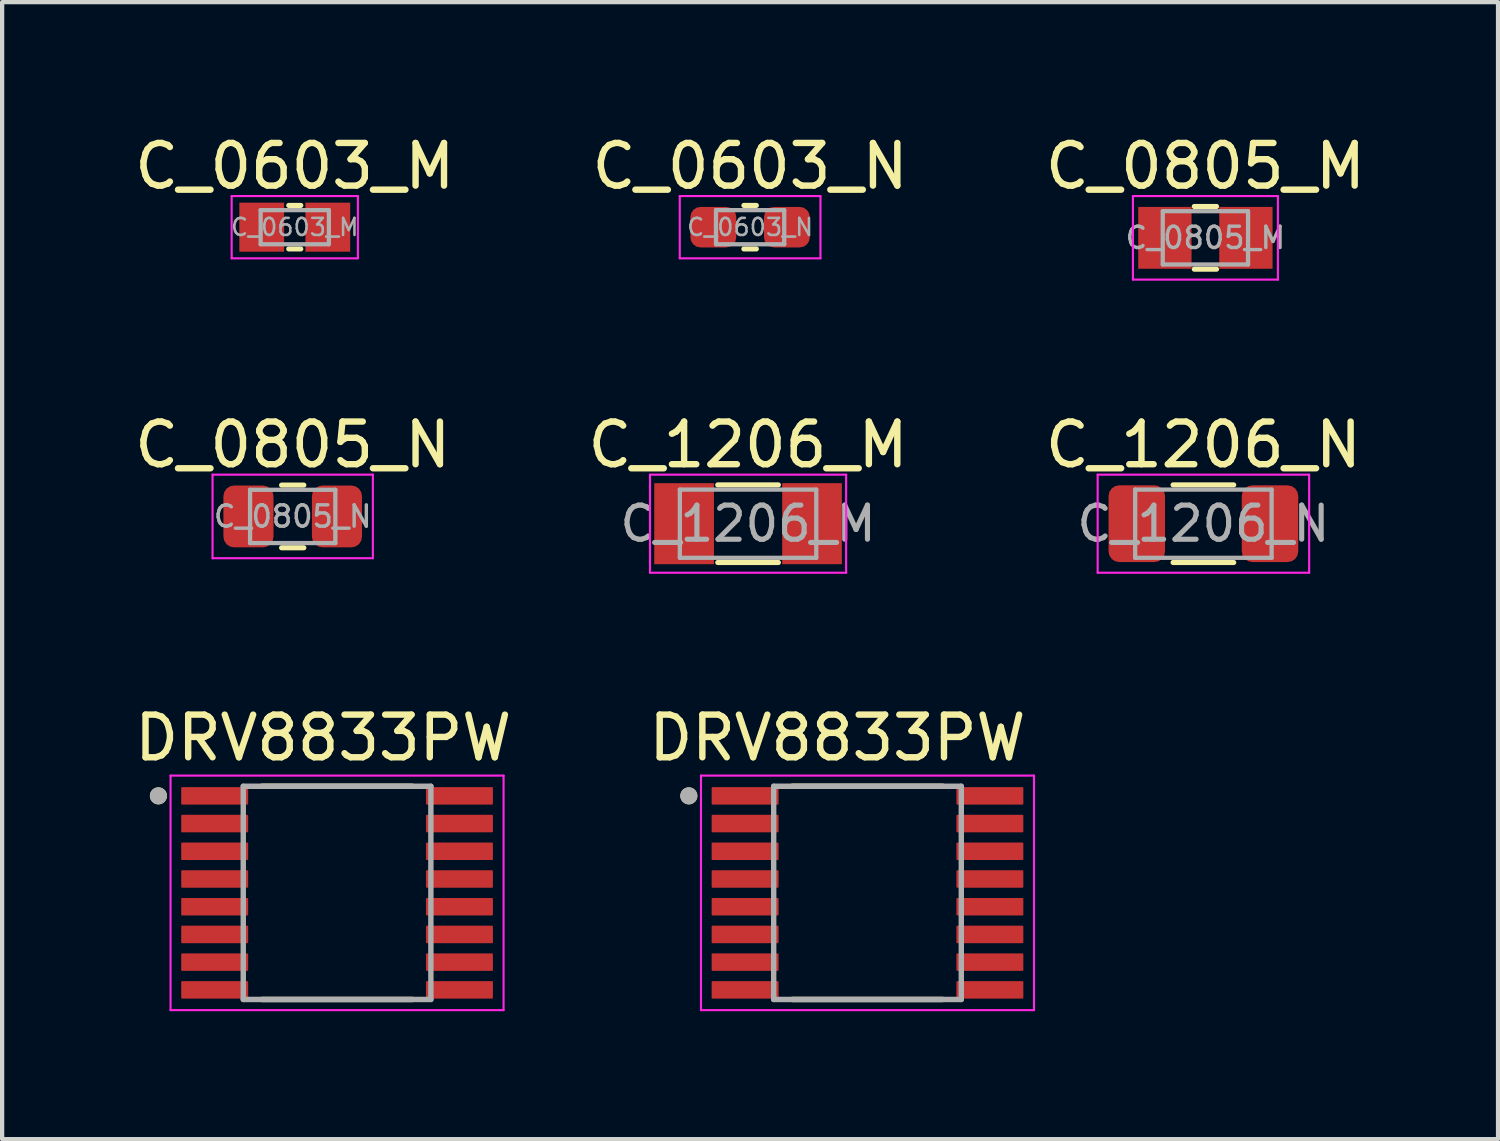
<source format=kicad_pcb>
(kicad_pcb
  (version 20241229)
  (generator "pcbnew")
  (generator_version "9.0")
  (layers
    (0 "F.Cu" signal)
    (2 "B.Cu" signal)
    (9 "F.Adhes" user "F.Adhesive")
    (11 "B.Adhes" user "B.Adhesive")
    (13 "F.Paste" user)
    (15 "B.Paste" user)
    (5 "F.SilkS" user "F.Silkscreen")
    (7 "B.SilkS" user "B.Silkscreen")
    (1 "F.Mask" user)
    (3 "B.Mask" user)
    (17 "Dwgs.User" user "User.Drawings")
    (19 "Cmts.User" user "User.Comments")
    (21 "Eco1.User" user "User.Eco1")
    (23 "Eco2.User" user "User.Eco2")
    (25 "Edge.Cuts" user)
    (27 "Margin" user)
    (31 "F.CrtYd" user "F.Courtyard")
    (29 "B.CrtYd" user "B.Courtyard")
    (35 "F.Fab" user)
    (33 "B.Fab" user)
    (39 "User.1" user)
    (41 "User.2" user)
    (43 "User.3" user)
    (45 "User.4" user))
  (footprint "C_0603_M"
    (layer "F.Cu")
    (at 3.863 2.278)
    (property "Reference" "C_0603_M" (at 0 -1.43 0) (layer "F.SilkS") (effects (font (size 1 1) (thickness 0.15))))
    (attr smd)
    (fp_line (start -0.141 -0.51) (end 0.141 -0.51) (stroke (width 0.12) (type solid)) (layer "F.SilkS"))
    (fp_line (start -0.141 0.51) (end 0.141 0.51) (stroke (width 0.12) (type solid)) (layer "F.SilkS"))
    (fp_line (start -1.48 -0.73) (end 1.48 -0.73) (stroke (width 0.05) (type solid)) (layer "F.CrtYd"))
    (fp_line (start -1.48 0.73) (end -1.48 -0.73) (stroke (width 0.05) (type solid)) (layer "F.CrtYd"))
    (fp_line (start 1.48 -0.73) (end 1.48 0.73) (stroke (width 0.05) (type solid)) (layer "F.CrtYd"))
    (fp_line (start 1.48 0.73) (end -1.48 0.73) (stroke (width 0.05) (type solid)) (layer "F.CrtYd"))
    (fp_line (start -0.8 -0.4) (end 0.8 -0.4) (stroke (width 0.1) (type solid)) (layer "F.Fab"))
    (fp_line (start -0.8 0.4) (end -0.8 -0.4) (stroke (width 0.1) (type solid)) (layer "F.Fab"))
    (fp_line (start 0.8 -0.4) (end 0.8 0.4) (stroke (width 0.1) (type solid)) (layer "F.Fab"))
    (fp_line (start 0.8 0.4) (end -0.8 0.4) (stroke (width 0.1) (type solid)) (layer "F.Fab"))
    (fp_text user "${REFERENCE}" (at 0 0 0) (layer "F.Fab") (effects (font (size 0.4 0.4) (thickness 0.06))))
    (pad "1" smd rect (at -0.775 0) (size 1.05 1.15) (layers "F.Cu" "F.Mask" "F.Paste"))
    (pad "2" smd rect (at 0.775 0) (size 1.05 1.15) (layers "F.Cu" "F.Mask" "F.Paste")))
  (footprint "C_0805_M"
    (layer "F.Cu")
    (at 25.22 2.528)
    (property "Reference" "C_0805_M" (at 0 -1.68 0) (layer "F.SilkS") (effects (font (size 1 1) (thickness 0.15))))
    (attr smd)
    (fp_line (start -0.261 -0.735) (end 0.261 -0.735) (stroke (width 0.12) (type solid)) (layer "F.SilkS"))
    (fp_line (start -0.261 0.735) (end 0.261 0.735) (stroke (width 0.12) (type solid)) (layer "F.SilkS"))
    (fp_line (start -1.7 -0.98) (end 1.7 -0.98) (stroke (width 0.05) (type solid)) (layer "F.CrtYd"))
    (fp_line (start -1.7 0.98) (end -1.7 -0.98) (stroke (width 0.05) (type solid)) (layer "F.CrtYd"))
    (fp_line (start 1.7 -0.98) (end 1.7 0.98) (stroke (width 0.05) (type solid)) (layer "F.CrtYd"))
    (fp_line (start 1.7 0.98) (end -1.7 0.98) (stroke (width 0.05) (type solid)) (layer "F.CrtYd"))
    (fp_line (start -1 -0.625) (end 1 -0.625) (stroke (width 0.1) (type solid)) (layer "F.Fab"))
    (fp_line (start -1 0.625) (end -1 -0.625) (stroke (width 0.1) (type solid)) (layer "F.Fab"))
    (fp_line (start 1 -0.625) (end 1 0.625) (stroke (width 0.1) (type solid)) (layer "F.Fab"))
    (fp_line (start 1 0.625) (end -1 0.625) (stroke (width 0.1) (type solid)) (layer "F.Fab"))
    (fp_text user "${REFERENCE}" (at 0 0 0) (layer "F.Fab") (effects (font (size 0.5 0.5) (thickness 0.08))))
    (pad "1" smd rect (at -0.95 0) (size 1.25 1.45) (layers "F.Cu" "F.Mask" "F.Paste"))
    (pad "2" smd rect (at 0.95 0) (size 1.25 1.45) (layers "F.Cu" "F.Mask" "F.Paste")))
  (footprint "DRV8833PW"
    (layer "F.Cu")
    (at 4.855 17.89)
    (property "Reference" "DRV8833PW" (at -0.325 -3.635 0) (layer "F.SilkS") (effects (font (size 1 1) (thickness 0.15))))
    (attr through_hole)
    (fp_line (start -1.765 -2.5) (end 1.765 -2.5) (stroke (width 0.127) (type solid)) (layer "F.SilkS"))
    (fp_line (start 1.765 2.5) (end -1.765 2.5) (stroke (width 0.127) (type solid)) (layer "F.SilkS"))
    (fp_circle (center -4.19 -2.275) (end -4.09 -2.275) (stroke (width 0.2) (type solid)) (fill no) (layer "F.SilkS"))
    (fp_line (start -3.905 -2.75) (end -3.905 2.75) (stroke (width 0.05) (type solid)) (layer "F.CrtYd"))
    (fp_line (start -3.905 -2.75) (end 3.905 -2.75) (stroke (width 0.05) (type solid)) (layer "F.CrtYd"))
    (fp_line (start -3.905 2.75) (end 3.905 2.75) (stroke (width 0.05) (type solid)) (layer "F.CrtYd"))
    (fp_line (start 3.905 -2.75) (end 3.905 2.75) (stroke (width 0.05) (type solid)) (layer "F.CrtYd"))
    (fp_line (start -2.2 -2.5) (end -2.2 2.5) (stroke (width 0.127) (type solid)) (layer "F.Fab"))
    (fp_line (start -2.2 -2.5) (end 2.2 -2.5) (stroke (width 0.127) (type solid)) (layer "F.Fab"))
    (fp_line (start -2.2 2.5) (end 2.2 2.5) (stroke (width 0.127) (type solid)) (layer "F.Fab"))
    (fp_line (start 2.2 -2.5) (end 2.2 2.5) (stroke (width 0.127) (type solid)) (layer "F.Fab"))
    (fp_circle (center -4.19 -2.275) (end -4.09 -2.275) (stroke (width 0.2) (type solid)) (fill no) (layer "F.Fab"))
    (pad "1" smd roundrect (at -2.87 -2.275) (size 1.57 0.41) (layers "F.Cu" "F.Mask" "F.Paste") (roundrect_rratio 0.05))
    (pad "2" smd roundrect (at -2.87 -1.625) (size 1.57 0.41) (layers "F.Cu" "F.Mask" "F.Paste") (roundrect_rratio 0.05))
    (pad "3" smd roundrect (at -2.87 -0.975) (size 1.57 0.41) (layers "F.Cu" "F.Mask" "F.Paste") (roundrect_rratio 0.05))
    (pad "4" smd roundrect (at -2.87 -0.325) (size 1.57 0.41) (layers "F.Cu" "F.Mask" "F.Paste") (roundrect_rratio 0.05))
    (pad "5" smd roundrect (at -2.87 0.325) (size 1.57 0.41) (layers "F.Cu" "F.Mask" "F.Paste") (roundrect_rratio 0.05))
    (pad "6" smd roundrect (at -2.87 0.975) (size 1.57 0.41) (layers "F.Cu" "F.Mask" "F.Paste") (roundrect_rratio 0.05))
    (pad "7" smd roundrect (at -2.87 1.625) (size 1.57 0.41) (layers "F.Cu" "F.Mask" "F.Paste") (roundrect_rratio 0.05))
    (pad "8" smd roundrect (at -2.87 2.275) (size 1.57 0.41) (layers "F.Cu" "F.Mask" "F.Paste") (roundrect_rratio 0.05))
    (pad "9" smd roundrect (at 2.87 2.275) (size 1.57 0.41) (layers "F.Cu" "F.Mask" "F.Paste") (roundrect_rratio 0.05))
    (pad "10" smd roundrect (at 2.87 1.625) (size 1.57 0.41) (layers "F.Cu" "F.Mask" "F.Paste") (roundrect_rratio 0.05))
    (pad "11" smd roundrect (at 2.87 0.975) (size 1.57 0.41) (layers "F.Cu" "F.Mask" "F.Paste") (roundrect_rratio 0.05))
    (pad "12" smd roundrect (at 2.87 0.325) (size 1.57 0.41) (layers "F.Cu" "F.Mask" "F.Paste") (roundrect_rratio 0.05))
    (pad "13" smd roundrect (at 2.87 -0.325) (size 1.57 0.41) (layers "F.Cu" "F.Mask" "F.Paste") (roundrect_rratio 0.05))
    (pad "14" smd roundrect (at 2.87 -0.975) (size 1.57 0.41) (layers "F.Cu" "F.Mask" "F.Paste") (roundrect_rratio 0.05))
    (pad "15" smd roundrect (at 2.87 -1.625) (size 1.57 0.41) (layers "F.Cu" "F.Mask" "F.Paste") (roundrect_rratio 0.05))
    (pad "16" smd roundrect (at 2.87 -2.275) (size 1.57 0.41) (layers "F.Cu" "F.Mask" "F.Paste") (roundrect_rratio 0.05)))
  (footprint "DRV8833PW "
    (layer "F.Cu")
    (at 17.295 17.89)
    (property "Reference" "DRV8833PW " (at -0.325 -3.635 0) (layer "F.SilkS") (effects (font (size 1 1) (thickness 0.15))))
    (attr through_hole)
    (fp_line (start -1.765 -2.5) (end 1.765 -2.5) (stroke (width 0.127) (type solid)) (layer "F.SilkS"))
    (fp_line (start 1.765 2.5) (end -1.765 2.5) (stroke (width 0.127) (type solid)) (layer "F.SilkS"))
    (fp_circle (center -4.19 -2.275) (end -4.09 -2.275) (stroke (width 0.2) (type solid)) (fill no) (layer "F.SilkS"))
    (fp_line (start -3.905 -2.75) (end -3.905 2.75) (stroke (width 0.05) (type solid)) (layer "F.CrtYd"))
    (fp_line (start -3.905 -2.75) (end 3.905 -2.75) (stroke (width 0.05) (type solid)) (layer "F.CrtYd"))
    (fp_line (start -3.905 2.75) (end 3.905 2.75) (stroke (width 0.05) (type solid)) (layer "F.CrtYd"))
    (fp_line (start 3.905 -2.75) (end 3.905 2.75) (stroke (width 0.05) (type solid)) (layer "F.CrtYd"))
    (fp_line (start -2.2 -2.5) (end -2.2 2.5) (stroke (width 0.127) (type solid)) (layer "F.Fab"))
    (fp_line (start -2.2 -2.5) (end 2.2 -2.5) (stroke (width 0.127) (type solid)) (layer "F.Fab"))
    (fp_line (start -2.2 2.5) (end 2.2 2.5) (stroke (width 0.127) (type solid)) (layer "F.Fab"))
    (fp_line (start 2.2 -2.5) (end 2.2 2.5) (stroke (width 0.127) (type solid)) (layer "F.Fab"))
    (fp_circle (center -4.19 -2.275) (end -4.09 -2.275) (stroke (width 0.2) (type solid)) (fill no) (layer "F.Fab"))
    (pad "1" smd roundrect (at -2.87 -2.275) (size 1.57 0.41) (layers "F.Cu" "F.Mask" "F.Paste") (roundrect_rratio 0.05))
    (pad "2" smd roundrect (at -2.87 -1.625) (size 1.57 0.41) (layers "F.Cu" "F.Mask" "F.Paste") (roundrect_rratio 0.05))
    (pad "3" smd roundrect (at -2.87 -0.975) (size 1.57 0.41) (layers "F.Cu" "F.Mask" "F.Paste") (roundrect_rratio 0.05))
    (pad "4" smd roundrect (at -2.87 -0.325) (size 1.57 0.41) (layers "F.Cu" "F.Mask" "F.Paste") (roundrect_rratio 0.05))
    (pad "5" smd roundrect (at -2.87 0.325) (size 1.57 0.41) (layers "F.Cu" "F.Mask" "F.Paste") (roundrect_rratio 0.05))
    (pad "6" smd roundrect (at -2.87 0.975) (size 1.57 0.41) (layers "F.Cu" "F.Mask" "F.Paste") (roundrect_rratio 0.05))
    (pad "7" smd roundrect (at -2.87 1.625) (size 1.57 0.41) (layers "F.Cu" "F.Mask" "F.Paste") (roundrect_rratio 0.05))
    (pad "8" smd roundrect (at -2.87 2.275) (size 1.57 0.41) (layers "F.Cu" "F.Mask" "F.Paste") (roundrect_rratio 0.05))
    (pad "9" smd roundrect (at 2.87 2.275) (size 1.57 0.41) (layers "F.Cu" "F.Mask" "F.Paste") (roundrect_rratio 0.05))
    (pad "10" smd roundrect (at 2.87 1.625) (size 1.57 0.41) (layers "F.Cu" "F.Mask" "F.Paste") (roundrect_rratio 0.05))
    (pad "11" smd roundrect (at 2.87 0.975) (size 1.57 0.41) (layers "F.Cu" "F.Mask" "F.Paste") (roundrect_rratio 0.05))
    (pad "12" smd roundrect (at 2.87 0.325) (size 1.57 0.41) (layers "F.Cu" "F.Mask" "F.Paste") (roundrect_rratio 0.05))
    (pad "13" smd roundrect (at 2.87 -0.325) (size 1.57 0.41) (layers "F.Cu" "F.Mask" "F.Paste") (roundrect_rratio 0.05))
    (pad "14" smd roundrect (at 2.87 -0.975) (size 1.57 0.41) (layers "F.Cu" "F.Mask" "F.Paste") (roundrect_rratio 0.05))
    (pad "15" smd roundrect (at 2.87 -1.625) (size 1.57 0.41) (layers "F.Cu" "F.Mask" "F.Paste") (roundrect_rratio 0.05))
    (pad "16" smd roundrect (at 2.87 -2.275) (size 1.57 0.41) (layers "F.Cu" "F.Mask" "F.Paste") (roundrect_rratio 0.05)))
  (footprint "C_1206_N"
    (layer "F.Cu")
    (at 25.173 9.232)
    (property "Reference" "C_1206_N" (at 0 -1.85 0) (layer "F.SilkS") (effects (font (size 1 1) (thickness 0.15))))
    (attr smd)
    (fp_line (start -0.711 -0.91) (end 0.711 -0.91) (stroke (width 0.12) (type solid)) (layer "F.SilkS"))
    (fp_line (start -0.711 0.91) (end 0.711 0.91) (stroke (width 0.12) (type solid)) (layer "F.SilkS"))
    (fp_line (start -2.48 -1.15) (end 2.48 -1.15) (stroke (width 0.05) (type solid)) (layer "F.CrtYd"))
    (fp_line (start -2.48 1.15) (end -2.48 -1.15) (stroke (width 0.05) (type solid)) (layer "F.CrtYd"))
    (fp_line (start 2.48 -1.15) (end 2.48 1.15) (stroke (width 0.05) (type solid)) (layer "F.CrtYd"))
    (fp_line (start 2.48 1.15) (end -2.48 1.15) (stroke (width 0.05) (type solid)) (layer "F.CrtYd"))
    (fp_line (start -1.6 -0.8) (end 1.6 -0.8) (stroke (width 0.1) (type solid)) (layer "F.Fab"))
    (fp_line (start -1.6 0.8) (end -1.6 -0.8) (stroke (width 0.1) (type solid)) (layer "F.Fab"))
    (fp_line (start 1.6 -0.8) (end 1.6 0.8) (stroke (width 0.1) (type solid)) (layer "F.Fab"))
    (fp_line (start 1.6 0.8) (end -1.6 0.8) (stroke (width 0.1) (type solid)) (layer "F.Fab"))
    (fp_text user "${REFERENCE}" (at 0 0 0) (layer "F.Fab") (effects (font (size 0.8 0.8) (thickness 0.12))))
    (pad "1" smd roundrect (at -1.562 0) (size 1.325 1.8) (layers "F.Cu" "F.Mask" "F.Paste") (roundrect_rratio 0.189))
    (pad "2" smd roundrect (at 1.562 0) (size 1.325 1.8) (layers "F.Cu" "F.Mask" "F.Paste") (roundrect_rratio 0.189)))
  (footprint "C_0805_N"
    (layer "F.Cu")
    (at 3.815 9.062)
    (property "Reference" "C_0805_N" (at 0 -1.68 0) (layer "F.SilkS") (effects (font (size 1 1) (thickness 0.15))))
    (attr smd)
    (fp_line (start -0.261 -0.735) (end 0.261 -0.735) (stroke (width 0.12) (type solid)) (layer "F.SilkS"))
    (fp_line (start -0.261 0.735) (end 0.261 0.735) (stroke (width 0.12) (type solid)) (layer "F.SilkS"))
    (fp_line (start -1.88 -0.98) (end 1.88 -0.98) (stroke (width 0.05) (type solid)) (layer "F.CrtYd"))
    (fp_line (start -1.88 0.98) (end -1.88 -0.98) (stroke (width 0.05) (type solid)) (layer "F.CrtYd"))
    (fp_line (start 1.88 -0.98) (end 1.88 0.98) (stroke (width 0.05) (type solid)) (layer "F.CrtYd"))
    (fp_line (start 1.88 0.98) (end -1.88 0.98) (stroke (width 0.05) (type solid)) (layer "F.CrtYd"))
    (fp_line (start -1 -0.625) (end 1 -0.625) (stroke (width 0.1) (type solid)) (layer "F.Fab"))
    (fp_line (start -1 0.625) (end -1 -0.625) (stroke (width 0.1) (type solid)) (layer "F.Fab"))
    (fp_line (start 1 -0.625) (end 1 0.625) (stroke (width 0.1) (type solid)) (layer "F.Fab"))
    (fp_line (start 1 0.625) (end -1 0.625) (stroke (width 0.1) (type solid)) (layer "F.Fab"))
    (fp_text user "${REFERENCE}" (at 0 0 0) (layer "F.Fab") (effects (font (size 0.5 0.5) (thickness 0.08))))
    (pad "1" smd roundrect (at -1.038 0) (size 1.175 1.45) (layers "F.Cu" "F.Mask" "F.Paste") (roundrect_rratio 0.213))
    (pad "2" smd roundrect (at 1.038 0) (size 1.175 1.45) (layers "F.Cu" "F.Mask" "F.Paste") (roundrect_rratio 0.213)))
  (footprint "C_1206_M"
    (layer "F.Cu")
    (at 14.494 9.232)
    (property "Reference" "C_1206_M" (at 0 -1.85 0) (layer "F.SilkS") (effects (font (size 1 1) (thickness 0.15))))
    (attr smd)
    (fp_line (start -0.711 -0.91) (end 0.711 -0.91) (stroke (width 0.12) (type solid)) (layer "F.SilkS"))
    (fp_line (start -0.711 0.91) (end 0.711 0.91) (stroke (width 0.12) (type solid)) (layer "F.SilkS"))
    (fp_line (start -2.3 -1.15) (end 2.3 -1.15) (stroke (width 0.05) (type solid)) (layer "F.CrtYd"))
    (fp_line (start -2.3 1.15) (end -2.3 -1.15) (stroke (width 0.05) (type solid)) (layer "F.CrtYd"))
    (fp_line (start 2.3 -1.15) (end 2.3 1.15) (stroke (width 0.05) (type solid)) (layer "F.CrtYd"))
    (fp_line (start 2.3 1.15) (end -2.3 1.15) (stroke (width 0.05) (type solid)) (layer "F.CrtYd"))
    (fp_line (start -1.6 -0.8) (end 1.6 -0.8) (stroke (width 0.1) (type solid)) (layer "F.Fab"))
    (fp_line (start -1.6 0.8) (end -1.6 -0.8) (stroke (width 0.1) (type solid)) (layer "F.Fab"))
    (fp_line (start 1.6 -0.8) (end 1.6 0.8) (stroke (width 0.1) (type solid)) (layer "F.Fab"))
    (fp_line (start 1.6 0.8) (end -1.6 0.8) (stroke (width 0.1) (type solid)) (layer "F.Fab"))
    (fp_text user "${REFERENCE}" (at 0 0 0) (layer "F.Fab") (effects (font (size 0.8 0.8) (thickness 0.12))))
    (pad "1" smd rect (at -1.5 0) (size 1.4 1.9) (layers "F.Cu" "F.Mask" "F.Paste"))
    (pad "2" smd rect (at 1.5 0) (size 1.4 1.9) (layers "F.Cu" "F.Mask" "F.Paste")))
  (footprint "C_0603_N"
    (layer "F.Cu")
    (at 14.542 2.278)
    (property "Reference" "C_0603_N" (at 0 -1.43 0) (layer "F.SilkS") (effects (font (size 1 1) (thickness 0.15))))
    (attr smd)
    (fp_line (start -0.146 -0.51) (end 0.146 -0.51) (stroke (width 0.12) (type solid)) (layer "F.SilkS"))
    (fp_line (start -0.146 0.51) (end 0.146 0.51) (stroke (width 0.12) (type solid)) (layer "F.SilkS"))
    (fp_line (start -1.65 -0.73) (end 1.65 -0.73) (stroke (width 0.05) (type solid)) (layer "F.CrtYd"))
    (fp_line (start -1.65 0.73) (end -1.65 -0.73) (stroke (width 0.05) (type solid)) (layer "F.CrtYd"))
    (fp_line (start 1.65 -0.73) (end 1.65 0.73) (stroke (width 0.05) (type solid)) (layer "F.CrtYd"))
    (fp_line (start 1.65 0.73) (end -1.65 0.73) (stroke (width 0.05) (type solid)) (layer "F.CrtYd"))
    (fp_line (start -0.8 -0.4) (end 0.8 -0.4) (stroke (width 0.1) (type solid)) (layer "F.Fab"))
    (fp_line (start -0.8 0.4) (end -0.8 -0.4) (stroke (width 0.1) (type solid)) (layer "F.Fab"))
    (fp_line (start 0.8 -0.4) (end 0.8 0.4) (stroke (width 0.1) (type solid)) (layer "F.Fab"))
    (fp_line (start 0.8 0.4) (end -0.8 0.4) (stroke (width 0.1) (type solid)) (layer "F.Fab"))
    (fp_text user "${REFERENCE}" (at 0 0 0) (layer "F.Fab") (effects (font (size 0.4 0.4) (thickness 0.06))))
    (pad "1" smd roundrect (at -0.863 0) (size 1.075 0.95) (layers "F.Cu" "F.Mask" "F.Paste") (roundrect_rratio 0.25))
    (pad "2" smd roundrect (at 0.863 0) (size 1.075 0.95) (layers "F.Cu" "F.Mask" "F.Paste") (roundrect_rratio 0.25)))
  (gr_rect
    (start -3 -3)
    (end 32.083 23.665)
    (stroke (width 0.1) (type default))
    (fill no)
    (layer "Edge.Cuts")))
</source>
